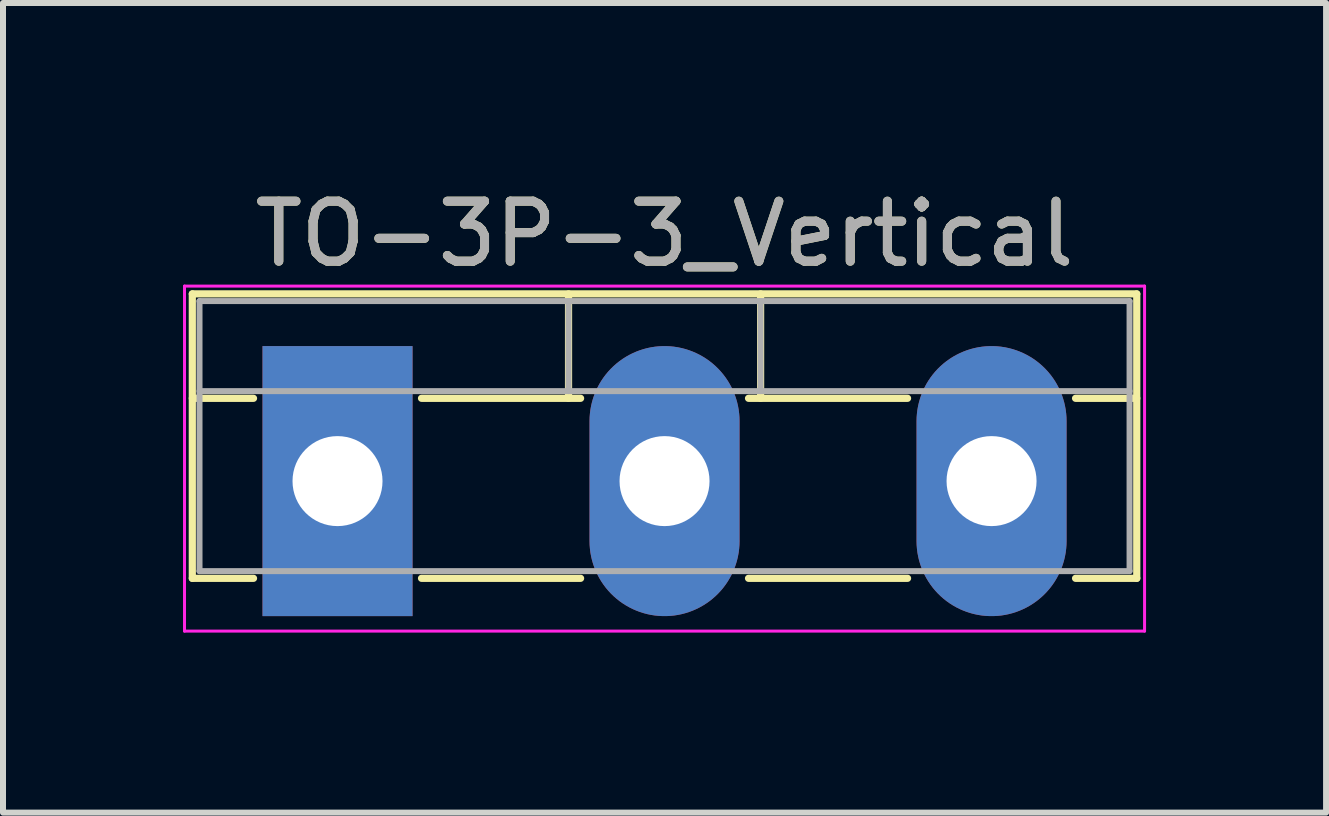
<source format=kicad_pcb>
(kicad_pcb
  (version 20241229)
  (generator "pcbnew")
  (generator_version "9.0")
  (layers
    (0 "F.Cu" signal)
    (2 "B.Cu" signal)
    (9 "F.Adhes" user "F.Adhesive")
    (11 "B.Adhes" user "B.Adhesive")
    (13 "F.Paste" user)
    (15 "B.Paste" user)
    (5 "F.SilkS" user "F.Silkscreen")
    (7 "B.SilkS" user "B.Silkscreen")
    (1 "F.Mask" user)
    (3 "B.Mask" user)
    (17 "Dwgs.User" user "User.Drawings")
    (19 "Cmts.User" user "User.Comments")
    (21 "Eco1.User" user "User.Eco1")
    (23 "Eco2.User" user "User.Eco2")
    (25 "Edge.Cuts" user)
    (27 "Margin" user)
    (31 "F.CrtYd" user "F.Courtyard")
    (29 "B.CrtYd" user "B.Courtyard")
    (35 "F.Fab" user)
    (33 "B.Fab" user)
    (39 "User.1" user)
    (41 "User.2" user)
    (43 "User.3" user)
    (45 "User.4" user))
  (footprint "TO-3P-3_Vertical"
    (layer "F.Cu")
    (at 2.575 4.968)
    (property "Reference" "TO-3P-3_Vertical" (at 5.45 -4.12 0) (layer "F.SilkS") (effects (font (size 1 1) (thickness 0.15))))
    (attr through_hole)
    (fp_line (start -2.42 -3.12) (end -2.42 1.62) (stroke (width 0.12) (type solid)) (layer "F.SilkS"))
    (fp_line (start -2.42 -3.12) (end 13.32 -3.12) (stroke (width 0.12) (type solid)) (layer "F.SilkS"))
    (fp_line (start -2.42 -1.38) (end -1.4 -1.38) (stroke (width 0.12) (type solid)) (layer "F.SilkS"))
    (fp_line (start -2.42 1.62) (end -1.4 1.62) (stroke (width 0.12) (type solid)) (layer "F.SilkS"))
    (fp_line (start 1.4 -1.38) (end 4.051 -1.38) (stroke (width 0.12) (type solid)) (layer "F.SilkS"))
    (fp_line (start 1.4 1.62) (end 4.051 1.62) (stroke (width 0.12) (type solid)) (layer "F.SilkS"))
    (fp_line (start 3.85 -3.12) (end 3.85 -1.38) (stroke (width 0.12) (type solid)) (layer "F.SilkS"))
    (fp_line (start 6.85 -1.38) (end 9.5 -1.38) (stroke (width 0.12) (type solid)) (layer "F.SilkS"))
    (fp_line (start 6.85 1.62) (end 9.5 1.62) (stroke (width 0.12) (type solid)) (layer "F.SilkS"))
    (fp_line (start 7.051 -3.12) (end 7.051 -1.38) (stroke (width 0.12) (type solid)) (layer "F.SilkS"))
    (fp_line (start 12.3 -1.38) (end 13.32 -1.38) (stroke (width 0.12) (type solid)) (layer "F.SilkS"))
    (fp_line (start 12.3 1.62) (end 13.32 1.62) (stroke (width 0.12) (type solid)) (layer "F.SilkS"))
    (fp_line (start 13.32 -3.12) (end 13.32 1.62) (stroke (width 0.12) (type solid)) (layer "F.SilkS"))
    (fp_line (start -2.55 -3.25) (end -2.55 2.5) (stroke (width 0.05) (type solid)) (layer "F.CrtYd"))
    (fp_line (start -2.55 2.5) (end 13.45 2.5) (stroke (width 0.05) (type solid)) (layer "F.CrtYd"))
    (fp_line (start 13.45 -3.25) (end -2.55 -3.25) (stroke (width 0.05) (type solid)) (layer "F.CrtYd"))
    (fp_line (start 13.45 2.5) (end 13.45 -3.25) (stroke (width 0.05) (type solid)) (layer "F.CrtYd"))
    (fp_line (start -2.3 -3) (end -2.3 1.5) (stroke (width 0.1) (type solid)) (layer "F.Fab"))
    (fp_line (start -2.3 -1.5) (end 13.2 -1.5) (stroke (width 0.1) (type solid)) (layer "F.Fab"))
    (fp_line (start -2.3 1.5) (end 13.2 1.5) (stroke (width 0.1) (type solid)) (layer "F.Fab"))
    (fp_line (start 3.85 -3) (end 3.85 -1.5) (stroke (width 0.1) (type solid)) (layer "F.Fab"))
    (fp_line (start 7.05 -3) (end 7.05 -1.5) (stroke (width 0.1) (type solid)) (layer "F.Fab"))
    (fp_line (start 13.2 -3) (end -2.3 -3) (stroke (width 0.1) (type solid)) (layer "F.Fab"))
    (fp_line (start 13.2 1.5) (end 13.2 -3) (stroke (width 0.1) (type solid)) (layer "F.Fab"))
    (fp_text user "${REFERENCE}" (at 5.45 -4.12 0) (layer "F.Fab") (effects (font (size 1 1) (thickness 0.15))))
    (pad "1" thru_hole rect (at 0 0) (size 2.5 4.5) (drill 1.5) (layers "*.Cu" "*.Mask"))
    (pad "2" thru_hole oval (at 5.45 0) (size 2.5 4.5) (drill 1.5) (layers "*.Cu" "*.Mask"))
    (pad "3" thru_hole oval (at 10.9 0) (size 2.5 4.5) (drill 1.5) (layers "*.Cu" "*.Mask")))
  (gr_rect
    (start -3 -3)
    (end 19.05 10.493)
    (stroke (width 0.1) (type default))
    (fill no)
    (layer "Edge.Cuts")))
</source>
